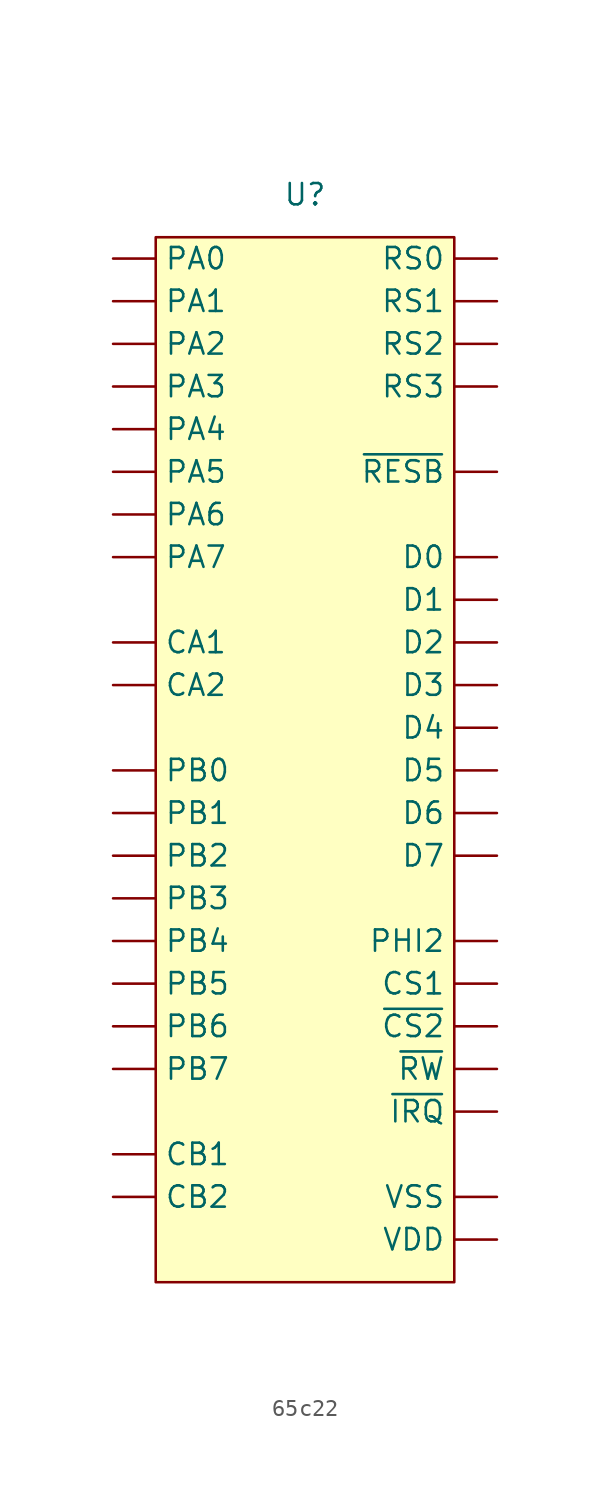
<source format=kicad_sym>
(kicad_symbol_lib
  (version 20241209)
  (generator "kicad_symbol_editor")
  (generator_version "9.0")
  (symbol "65c22"
    (property "Reference" "U"
      (at 0 2.54 0)
      (effects (font (size 1.27 1.27))))
    (property "Value" ""
      (at 0 0 0)
      (effects (font (size 1.27 1.27))))
    (symbol "65c22_0_1"
      (rectangle (start -8.89 0) (end 8.89 -62.23) (stroke (width 0) (type default)) (fill (type background))))
    (symbol "65c22_1_1"
      (pin bidirectional line (at -11.43 -1.27 0) (length 2.54) (name "PA0" (effects (font (size 1.27 1.27)))) (number "" (effects (font (size 1.27 1.27)))))
      (pin bidirectional line (at -11.43 -3.81 0) (length 2.54) (name "PA1" (effects (font (size 1.27 1.27)))) (number "" (effects (font (size 1.27 1.27)))))
      (pin bidirectional line (at -11.43 -6.35 0) (length 2.54) (name "PA2" (effects (font (size 1.27 1.27)))) (number "" (effects (font (size 1.27 1.27)))))
      (pin bidirectional line (at -11.43 -8.89 0) (length 2.54) (name "PA3" (effects (font (size 1.27 1.27)))) (number "" (effects (font (size 1.27 1.27)))))
      (pin bidirectional line (at -11.43 -11.43 0) (length 2.54) (name "PA4" (effects (font (size 1.27 1.27)))) (number "" (effects (font (size 1.27 1.27)))))
      (pin bidirectional line (at -11.43 -13.97 0) (length 2.54) (name "PA5" (effects (font (size 1.27 1.27)))) (number "" (effects (font (size 1.27 1.27)))))
      (pin bidirectional line (at -11.43 -16.51 0) (length 2.54) (name "PA6" (effects (font (size 1.27 1.27)))) (number "" (effects (font (size 1.27 1.27)))))
      (pin bidirectional line (at -11.43 -19.05 0) (length 2.54) (name "PA7" (effects (font (size 1.27 1.27)))) (number "" (effects (font (size 1.27 1.27)))))
      (pin bidirectional line (at -11.43 -24.13 0) (length 2.54) (name "CA1" (effects (font (size 1.27 1.27)))) (number "" (effects (font (size 1.27 1.27)))))
      (pin bidirectional line (at -11.43 -26.67 0) (length 2.54) (name "CA2" (effects (font (size 1.27 1.27)))) (number "" (effects (font (size 1.27 1.27)))))
      (pin bidirectional line (at -11.43 -31.75 0) (length 2.54) (name "PB0" (effects (font (size 1.27 1.27)))) (number "" (effects (font (size 1.27 1.27)))))
      (pin bidirectional line (at -11.43 -34.29 0) (length 2.54) (name "PB1" (effects (font (size 1.27 1.27)))) (number "" (effects (font (size 1.27 1.27)))))
      (pin bidirectional line (at -11.43 -36.83 0) (length 2.54) (name "PB2" (effects (font (size 1.27 1.27)))) (number "" (effects (font (size 1.27 1.27)))))
      (pin bidirectional line (at -11.43 -39.37 0) (length 2.54) (name "PB3" (effects (font (size 1.27 1.27)))) (number "" (effects (font (size 1.27 1.27)))))
      (pin bidirectional line (at -11.43 -41.91 0) (length 2.54) (name "PB4" (effects (font (size 1.27 1.27)))) (number "" (effects (font (size 1.27 1.27)))))
      (pin bidirectional line (at -11.43 -44.45 0) (length 2.54) (name "PB5" (effects (font (size 1.27 1.27)))) (number "" (effects (font (size 1.27 1.27)))))
      (pin bidirectional line (at -11.43 -46.99 0) (length 2.54) (name "PB6" (effects (font (size 1.27 1.27)))) (number "" (effects (font (size 1.27 1.27)))))
      (pin bidirectional line (at -11.43 -49.53 0) (length 2.54) (name "PB7" (effects (font (size 1.27 1.27)))) (number "" (effects (font (size 1.27 1.27)))))
      (pin bidirectional line (at -11.43 -54.61 0) (length 2.54) (name "CB1" (effects (font (size 1.27 1.27)))) (number "" (effects (font (size 1.27 1.27)))))
      (pin bidirectional line (at -11.43 -57.15 0) (length 2.54) (name "CB2" (effects (font (size 1.27 1.27)))) (number "" (effects (font (size 1.27 1.27)))))
      (pin input line (at 11.43 -1.27 180) (length 2.54) (name "RS0" (effects (font (size 1.27 1.27)))) (number "" (effects (font (size 1.27 1.27)))))
      (pin input line (at 11.43 -3.81 180) (length 2.54) (name "RS1" (effects (font (size 1.27 1.27)))) (number "" (effects (font (size 1.27 1.27)))))
      (pin input line (at 11.43 -6.35 180) (length 2.54) (name "RS2" (effects (font (size 1.27 1.27)))) (number "" (effects (font (size 1.27 1.27)))))
      (pin input line (at 11.43 -8.89 180) (length 2.54) (name "RS3" (effects (font (size 1.27 1.27)))) (number "" (effects (font (size 1.27 1.27)))))
      (pin input line (at 11.43 -13.97 180) (length 2.54) (name "~{RESB}" (effects (font (size 1.27 1.27)))) (number "" (effects (font (size 1.27 1.27)))))
      (pin bidirectional line (at 11.43 -19.05 180) (length 2.54) (name "D0" (effects (font (size 1.27 1.27)))) (number "" (effects (font (size 1.27 1.27)))))
      (pin bidirectional line (at 11.43 -21.59 180) (length 2.54) (name "D1" (effects (font (size 1.27 1.27)))) (number "" (effects (font (size 1.27 1.27)))))
      (pin bidirectional line (at 11.43 -24.13 180) (length 2.54) (name "D2" (effects (font (size 1.27 1.27)))) (number "" (effects (font (size 1.27 1.27)))))
      (pin bidirectional line (at 11.43 -26.67 180) (length 2.54) (name "D3" (effects (font (size 1.27 1.27)))) (number "" (effects (font (size 1.27 1.27)))))
      (pin bidirectional line (at 11.43 -29.21 180) (length 2.54) (name "D4" (effects (font (size 1.27 1.27)))) (number "" (effects (font (size 1.27 1.27)))))
      (pin bidirectional line (at 11.43 -31.75 180) (length 2.54) (name "D5" (effects (font (size 1.27 1.27)))) (number "" (effects (font (size 1.27 1.27)))))
      (pin bidirectional line (at 11.43 -34.29 180) (length 2.54) (name "D6" (effects (font (size 1.27 1.27)))) (number "" (effects (font (size 1.27 1.27)))))
      (pin bidirectional line (at 11.43 -36.83 180) (length 2.54) (name "D7" (effects (font (size 1.27 1.27)))) (number "" (effects (font (size 1.27 1.27)))))
      (pin input line (at 11.43 -41.91 180) (length 2.54) (name "PHI2" (effects (font (size 1.27 1.27)))) (number "" (effects (font (size 1.27 1.27)))))
      (pin input line (at 11.43 -44.45 180) (length 2.54) (name "CS1" (effects (font (size 1.27 1.27)))) (number "" (effects (font (size 1.27 1.27)))))
      (pin input line (at 11.43 -46.99 180) (length 2.54) (name "~{CS2}" (effects (font (size 1.27 1.27)))) (number "" (effects (font (size 1.27 1.27)))))
      (pin input line (at 11.43 -49.53 180) (length 2.54) (name "~{RW}" (effects (font (size 1.27 1.27)))) (number "" (effects (font (size 1.27 1.27)))))
      (pin output line (at 11.43 -52.07 180) (length 2.54) (name "~{IRQ}" (effects (font (size 1.27 1.27)))) (number "" (effects (font (size 1.27 1.27)))))
      (pin power_in line (at 11.43 -57.15 180) (length 2.54) (name "VSS" (effects (font (size 1.27 1.27)))) (number "" (effects (font (size 1.27 1.27)))))
      (pin power_in line (at 11.43 -59.69 180) (length 2.54) (name "VDD" (effects (font (size 1.27 1.27)))) (number "" (effects (font (size 1.27 1.27))))))))
</source>
